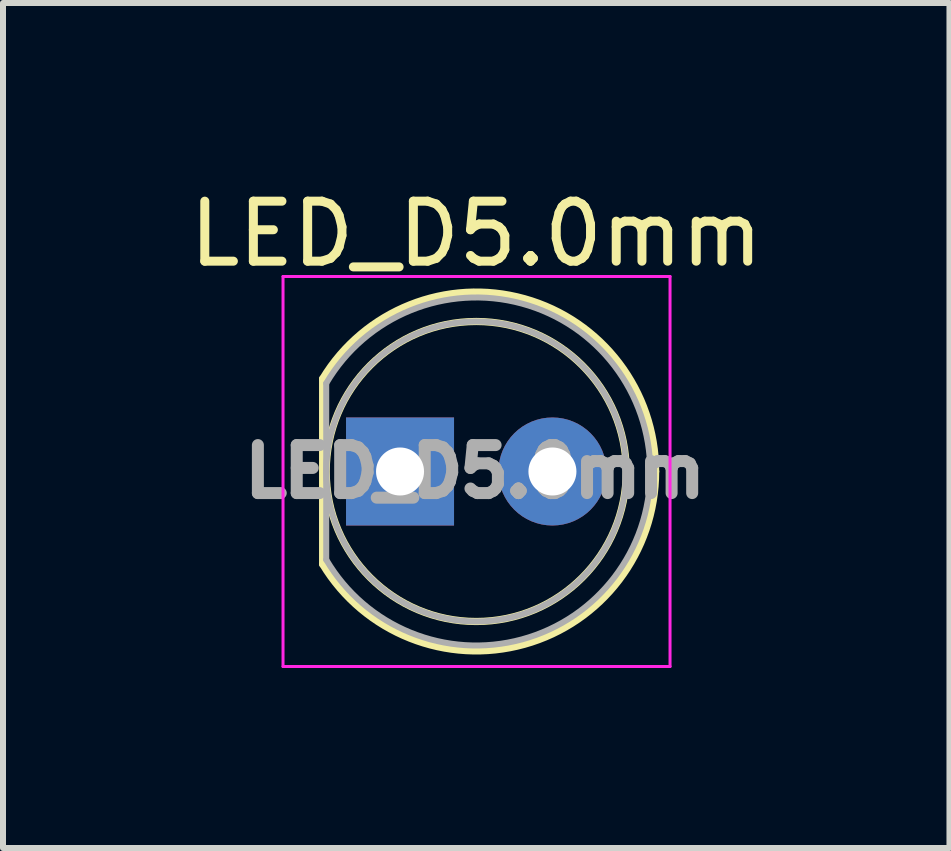
<source format=kicad_pcb>
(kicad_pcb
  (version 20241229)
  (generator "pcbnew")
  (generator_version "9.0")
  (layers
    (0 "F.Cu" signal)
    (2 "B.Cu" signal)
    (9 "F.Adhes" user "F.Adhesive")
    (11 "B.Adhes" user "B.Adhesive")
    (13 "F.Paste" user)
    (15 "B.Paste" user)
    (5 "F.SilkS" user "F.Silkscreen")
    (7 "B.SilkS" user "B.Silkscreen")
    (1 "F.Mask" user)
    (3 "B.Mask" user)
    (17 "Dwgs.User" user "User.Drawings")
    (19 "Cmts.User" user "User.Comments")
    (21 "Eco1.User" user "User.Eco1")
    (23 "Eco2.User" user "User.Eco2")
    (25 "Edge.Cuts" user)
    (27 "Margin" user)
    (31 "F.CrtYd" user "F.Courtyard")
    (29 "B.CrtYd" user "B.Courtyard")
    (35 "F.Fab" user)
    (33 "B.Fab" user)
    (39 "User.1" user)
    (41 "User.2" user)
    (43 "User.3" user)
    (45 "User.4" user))
  (footprint "LED_D5.0mm"
    (layer "F.Cu")
    (at 3.617 4.808)
    (property "Reference" "LED_D5.0mm" (at 1.27 -3.96 0) (layer "F.SilkS") (effects (font (size 1 1) (thickness 0.15))))
    (attr through_hole)
    (fp_line (start -1.29 -1.545) (end -1.29 1.545) (stroke (width 0.12) (type solid)) (layer "F.SilkS"))
    (fp_arc (start -1.29 -1.54483) (mid 2.072002 -2.880433) (end 4.26 0.000462) (stroke (width 0.12) (type solid)) (layer "F.SilkS"))
    (fp_arc (start 4.26 -0.000462) (mid 2.072002 2.880433) (end -1.29 1.54483) (stroke (width 0.12) (type solid)) (layer "F.SilkS"))
    (fp_circle (center 1.27 0) (end 3.77 0) (stroke (width 0.12) (type solid)) (fill no) (layer "F.SilkS"))
    (fp_line (start -1.95 -3.25) (end -1.95 3.25) (stroke (width 0.05) (type solid)) (layer "F.CrtYd"))
    (fp_line (start -1.95 3.25) (end 4.5 3.25) (stroke (width 0.05) (type solid)) (layer "F.CrtYd"))
    (fp_line (start 4.5 -3.25) (end -1.95 -3.25) (stroke (width 0.05) (type solid)) (layer "F.CrtYd"))
    (fp_line (start 4.5 3.25) (end 4.5 -3.25) (stroke (width 0.05) (type solid)) (layer "F.CrtYd"))
    (fp_line (start -1.23 -1.47) (end -1.23 1.47) (stroke (width 0.1) (type solid)) (layer "F.Fab"))
    (fp_arc (start -1.23 -1.469694) (mid 4.17 0.000016) (end -1.230016 1.469666) (stroke (width 0.1) (type solid)) (layer "F.Fab"))
    (fp_circle (center 1.27 0) (end 3.77 0) (stroke (width 0.1) (type solid)) (fill no) (layer "F.Fab"))
    (fp_text user "${REFERENCE}" (at 1.25 0 0) (layer "F.Fab") (effects (font (size 0.8 0.8) (thickness 0.2))))
    (pad "1" thru_hole rect (at 0 0) (size 1.8 1.8) (drill 0.8) (layers "*.Cu" "*.Mask"))
    (pad "2" thru_hole circle (at 2.54 0) (size 1.8 1.8) (drill 0.8) (layers "*.Cu" "*.Mask")))
  (gr_rect
    (start -3 -3)
    (end 12.774 11.083)
    (stroke (width 0.1) (type default))
    (fill no)
    (layer "Edge.Cuts")))
</source>
